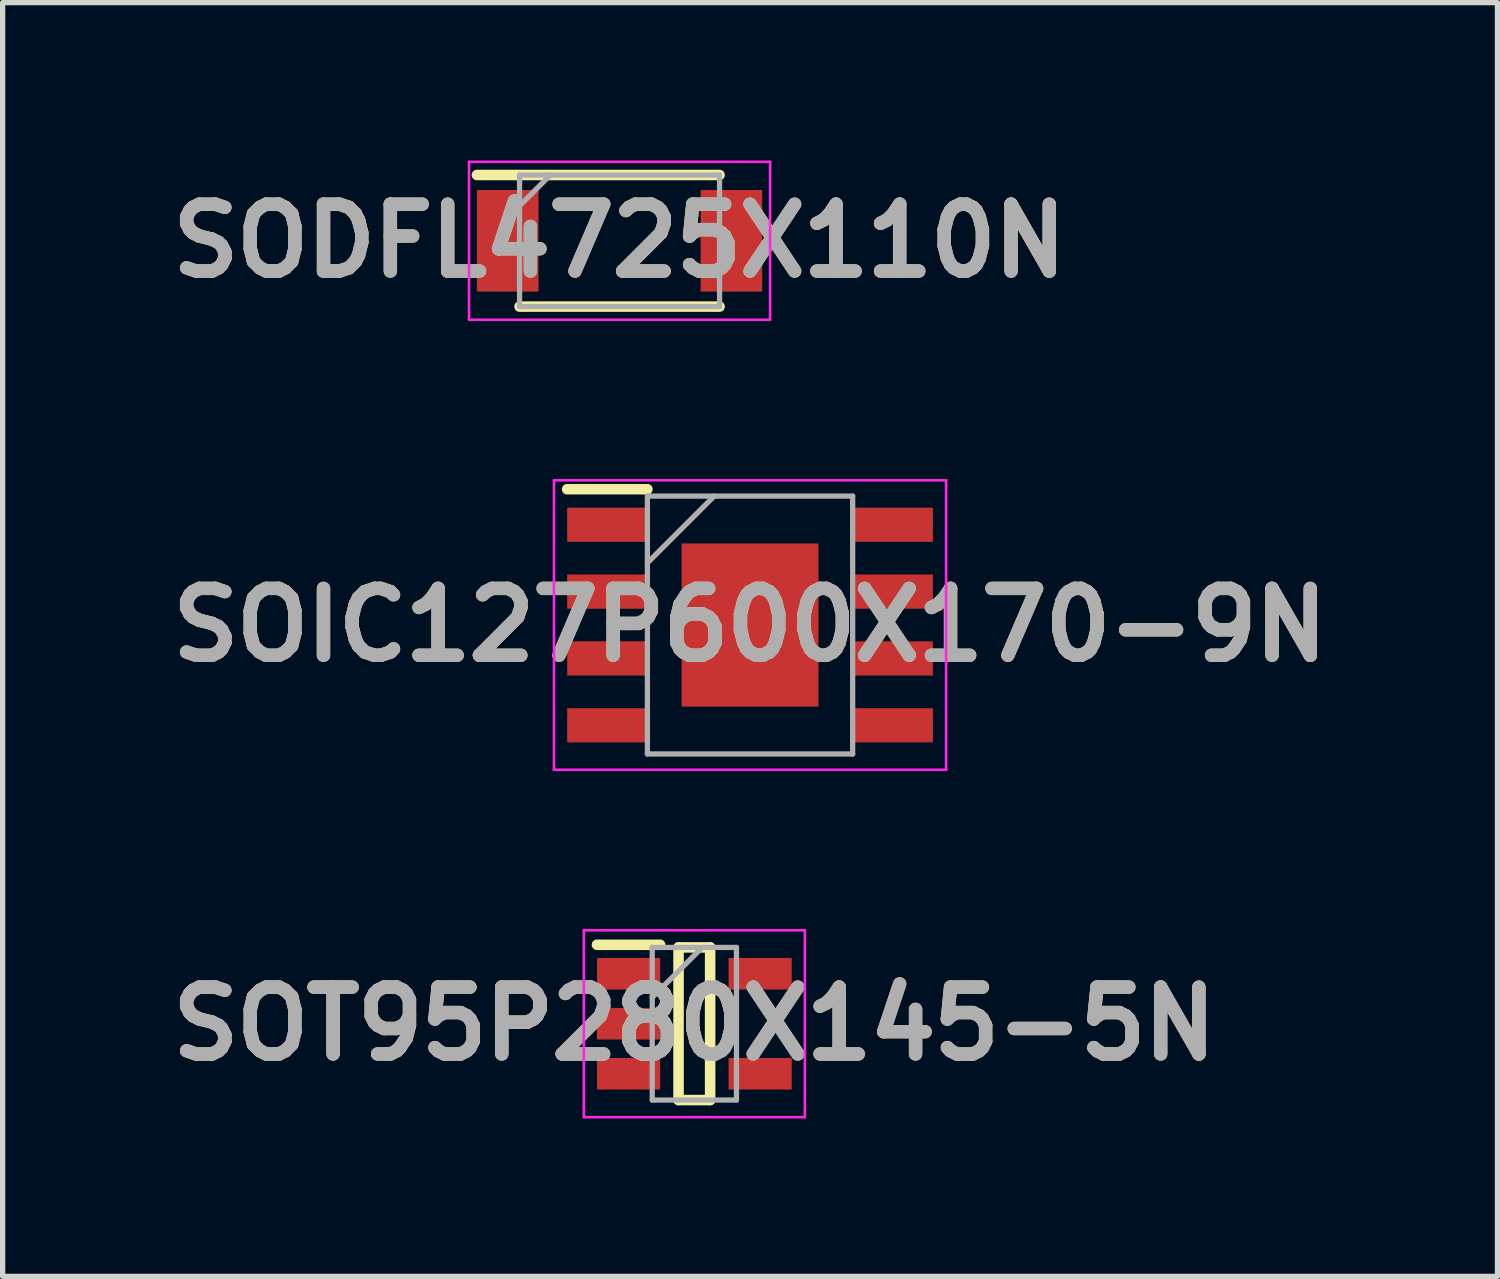
<source format=kicad_pcb>
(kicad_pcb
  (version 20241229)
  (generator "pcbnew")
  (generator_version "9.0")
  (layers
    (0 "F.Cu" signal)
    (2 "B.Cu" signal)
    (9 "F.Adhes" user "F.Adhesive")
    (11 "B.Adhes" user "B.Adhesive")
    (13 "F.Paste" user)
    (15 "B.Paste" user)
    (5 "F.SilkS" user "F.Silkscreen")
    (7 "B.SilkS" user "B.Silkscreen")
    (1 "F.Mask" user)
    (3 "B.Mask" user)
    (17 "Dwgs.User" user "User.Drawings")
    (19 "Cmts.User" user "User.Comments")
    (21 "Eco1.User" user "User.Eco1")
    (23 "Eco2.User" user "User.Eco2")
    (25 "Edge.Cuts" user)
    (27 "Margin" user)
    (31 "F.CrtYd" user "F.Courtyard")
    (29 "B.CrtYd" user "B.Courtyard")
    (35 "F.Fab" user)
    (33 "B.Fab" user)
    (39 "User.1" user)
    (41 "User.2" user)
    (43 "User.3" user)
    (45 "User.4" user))
  (footprint "SOIC127P600X170-9N"
    (layer "F.Cu")
    (at 11.2 8.825)
    (property "Reference" "SOIC127P600X170-9N" (at 0 0 0) (layer "F.SilkS") (effects (font (size 1.27 1.27) (thickness 0.254))))
    (attr smd)
    (fp_line (start -3.475 -2.58) (end -1.95 -2.58) (stroke (width 0.2) (type solid)) (layer "F.SilkS"))
    (fp_line (start -3.725 -2.75) (end 3.725 -2.75) (stroke (width 0.05) (type solid)) (layer "F.CrtYd"))
    (fp_line (start -3.725 2.75) (end -3.725 -2.75) (stroke (width 0.05) (type solid)) (layer "F.CrtYd"))
    (fp_line (start 3.725 -2.75) (end 3.725 2.75) (stroke (width 0.05) (type solid)) (layer "F.CrtYd"))
    (fp_line (start 3.725 2.75) (end -3.725 2.75) (stroke (width 0.05) (type solid)) (layer "F.CrtYd"))
    (fp_line (start -1.95 -2.45) (end 1.95 -2.45) (stroke (width 0.1) (type solid)) (layer "F.Fab"))
    (fp_line (start -1.95 -1.18) (end -0.68 -2.45) (stroke (width 0.1) (type solid)) (layer "F.Fab"))
    (fp_line (start -1.95 2.45) (end -1.95 -2.45) (stroke (width 0.1) (type solid)) (layer "F.Fab"))
    (fp_line (start 1.95 -2.45) (end 1.95 2.45) (stroke (width 0.1) (type solid)) (layer "F.Fab"))
    (fp_line (start 1.95 2.45) (end -1.95 2.45) (stroke (width 0.1) (type solid)) (layer "F.Fab"))
    (fp_text user "${REFERENCE}" (at 0 0 0) (layer "F.Fab") (effects (font (size 1.27 1.27) (thickness 0.254))))
    (pad "1" smd rect (at -2.712 -1.905 90) (size 0.65 1.525) (layers "F.Cu" "F.Mask" "F.Paste"))
    (pad "2" smd rect (at -2.712 -0.635 90) (size 0.65 1.525) (layers "F.Cu" "F.Mask" "F.Paste"))
    (pad "3" smd rect (at -2.712 0.635 90) (size 0.65 1.525) (layers "F.Cu" "F.Mask" "F.Paste"))
    (pad "4" smd rect (at -2.712 1.905 90) (size 0.65 1.525) (layers "F.Cu" "F.Mask" "F.Paste"))
    (pad "5" smd rect (at 2.712 1.905 90) (size 0.65 1.525) (layers "F.Cu" "F.Mask" "F.Paste"))
    (pad "6" smd rect (at 2.712 0.635 90) (size 0.65 1.525) (layers "F.Cu" "F.Mask" "F.Paste"))
    (pad "7" smd rect (at 2.712 -0.635 90) (size 0.65 1.525) (layers "F.Cu" "F.Mask" "F.Paste"))
    (pad "8" smd rect (at 2.712 -1.905 90) (size 0.65 1.525) (layers "F.Cu" "F.Mask" "F.Paste"))
    (pad "9" smd rect (at 0 0) (size 2.6 3.1) (layers "F.Cu" "F.Mask" "F.Paste")))
  (footprint "SOT95P280X145-5N"
    (layer "F.Cu")
    (at 10.142 16.4)
    (property "Reference" "SOT95P280X145-5N" (at 0 0 0) (layer "F.SilkS") (effects (font (size 1.27 1.27) (thickness 0.254))))
    (attr smd)
    (fp_line (start -1.85 -1.5) (end -0.65 -1.5) (stroke (width 0.2) (type solid)) (layer "F.SilkS"))
    (fp_line (start -0.3 -1.45) (end 0.3 -1.45) (stroke (width 0.2) (type solid)) (layer "F.SilkS"))
    (fp_line (start -0.3 1.45) (end -0.3 -1.45) (stroke (width 0.2) (type solid)) (layer "F.SilkS"))
    (fp_line (start 0.3 -1.45) (end 0.3 1.45) (stroke (width 0.2) (type solid)) (layer "F.SilkS"))
    (fp_line (start 0.3 1.45) (end -0.3 1.45) (stroke (width 0.2) (type solid)) (layer "F.SilkS"))
    (fp_line (start -2.1 -1.775) (end 2.1 -1.775) (stroke (width 0.05) (type solid)) (layer "F.CrtYd"))
    (fp_line (start -2.1 1.775) (end -2.1 -1.775) (stroke (width 0.05) (type solid)) (layer "F.CrtYd"))
    (fp_line (start 2.1 -1.775) (end 2.1 1.775) (stroke (width 0.05) (type solid)) (layer "F.CrtYd"))
    (fp_line (start 2.1 1.775) (end -2.1 1.775) (stroke (width 0.05) (type solid)) (layer "F.CrtYd"))
    (fp_line (start -0.8 -1.45) (end 0.8 -1.45) (stroke (width 0.1) (type solid)) (layer "F.Fab"))
    (fp_line (start -0.8 -0.5) (end 0.15 -1.45) (stroke (width 0.1) (type solid)) (layer "F.Fab"))
    (fp_line (start -0.8 1.45) (end -0.8 -1.45) (stroke (width 0.1) (type solid)) (layer "F.Fab"))
    (fp_line (start 0.8 -1.45) (end 0.8 1.45) (stroke (width 0.1) (type solid)) (layer "F.Fab"))
    (fp_line (start 0.8 1.45) (end -0.8 1.45) (stroke (width 0.1) (type solid)) (layer "F.Fab"))
    (fp_text user "${REFERENCE}" (at 0 0 0) (layer "F.Fab") (effects (font (size 1.27 1.27) (thickness 0.254))))
    (pad "1" smd rect (at -1.25 -0.95 90) (size 0.6 1.2) (layers "F.Cu" "F.Mask" "F.Paste"))
    (pad "2" smd rect (at -1.25 0 90) (size 0.6 1.2) (layers "F.Cu" "F.Mask" "F.Paste"))
    (pad "3" smd rect (at -1.25 0.95 90) (size 0.6 1.2) (layers "F.Cu" "F.Mask" "F.Paste"))
    (pad "4" smd rect (at 1.25 0.95 90) (size 0.6 1.2) (layers "F.Cu" "F.Mask" "F.Paste"))
    (pad "5" smd rect (at 1.25 -0.95 90) (size 0.6 1.2) (layers "F.Cu" "F.Mask" "F.Paste")))
  (footprint "SODFL4725X110N"
    (layer "F.Cu")
    (at 8.721 1.525)
    (property "Reference" "SODFL4725X110N" (at 0 0 0) (layer "F.SilkS") (effects (font (size 1.27 1.27) (thickness 0.254))))
    (attr smd)
    (fp_line (start -2.71 -1.25) (end 1.9 -1.25) (stroke (width 0.2) (type solid)) (layer "F.SilkS"))
    (fp_line (start -1.9 1.25) (end 1.9 1.25) (stroke (width 0.2) (type solid)) (layer "F.SilkS"))
    (fp_line (start -2.86 -1.5) (end 2.86 -1.5) (stroke (width 0.05) (type solid)) (layer "F.CrtYd"))
    (fp_line (start -2.86 1.5) (end -2.86 -1.5) (stroke (width 0.05) (type solid)) (layer "F.CrtYd"))
    (fp_line (start 2.86 -1.5) (end 2.86 1.5) (stroke (width 0.05) (type solid)) (layer "F.CrtYd"))
    (fp_line (start 2.86 1.5) (end -2.86 1.5) (stroke (width 0.05) (type solid)) (layer "F.CrtYd"))
    (fp_line (start -1.9 -1.25) (end 1.9 -1.25) (stroke (width 0.1) (type solid)) (layer "F.Fab"))
    (fp_line (start -1.9 -0.665) (end -1.315 -1.25) (stroke (width 0.1) (type solid)) (layer "F.Fab"))
    (fp_line (start -1.9 1.25) (end -1.9 -1.25) (stroke (width 0.1) (type solid)) (layer "F.Fab"))
    (fp_line (start 1.9 -1.25) (end 1.9 1.25) (stroke (width 0.1) (type solid)) (layer "F.Fab"))
    (fp_line (start 1.9 1.25) (end -1.9 1.25) (stroke (width 0.1) (type solid)) (layer "F.Fab"))
    (fp_text user "${REFERENCE}" (at 0 0 0) (layer "F.Fab") (effects (font (size 1.27 1.27) (thickness 0.254))))
    (pad "1" smd rect (at -2.125 0) (size 1.17 1.93) (layers "F.Cu" "F.Mask" "F.Paste"))
    (pad "2" smd rect (at 2.125 0) (size 1.17 1.93) (layers "F.Cu" "F.Mask" "F.Paste")))
  (gr_rect
    (start -3 -3)
    (end 25.4 21.2)
    (stroke (width 0.1) (type default))
    (fill no)
    (layer "Edge.Cuts")))
</source>
